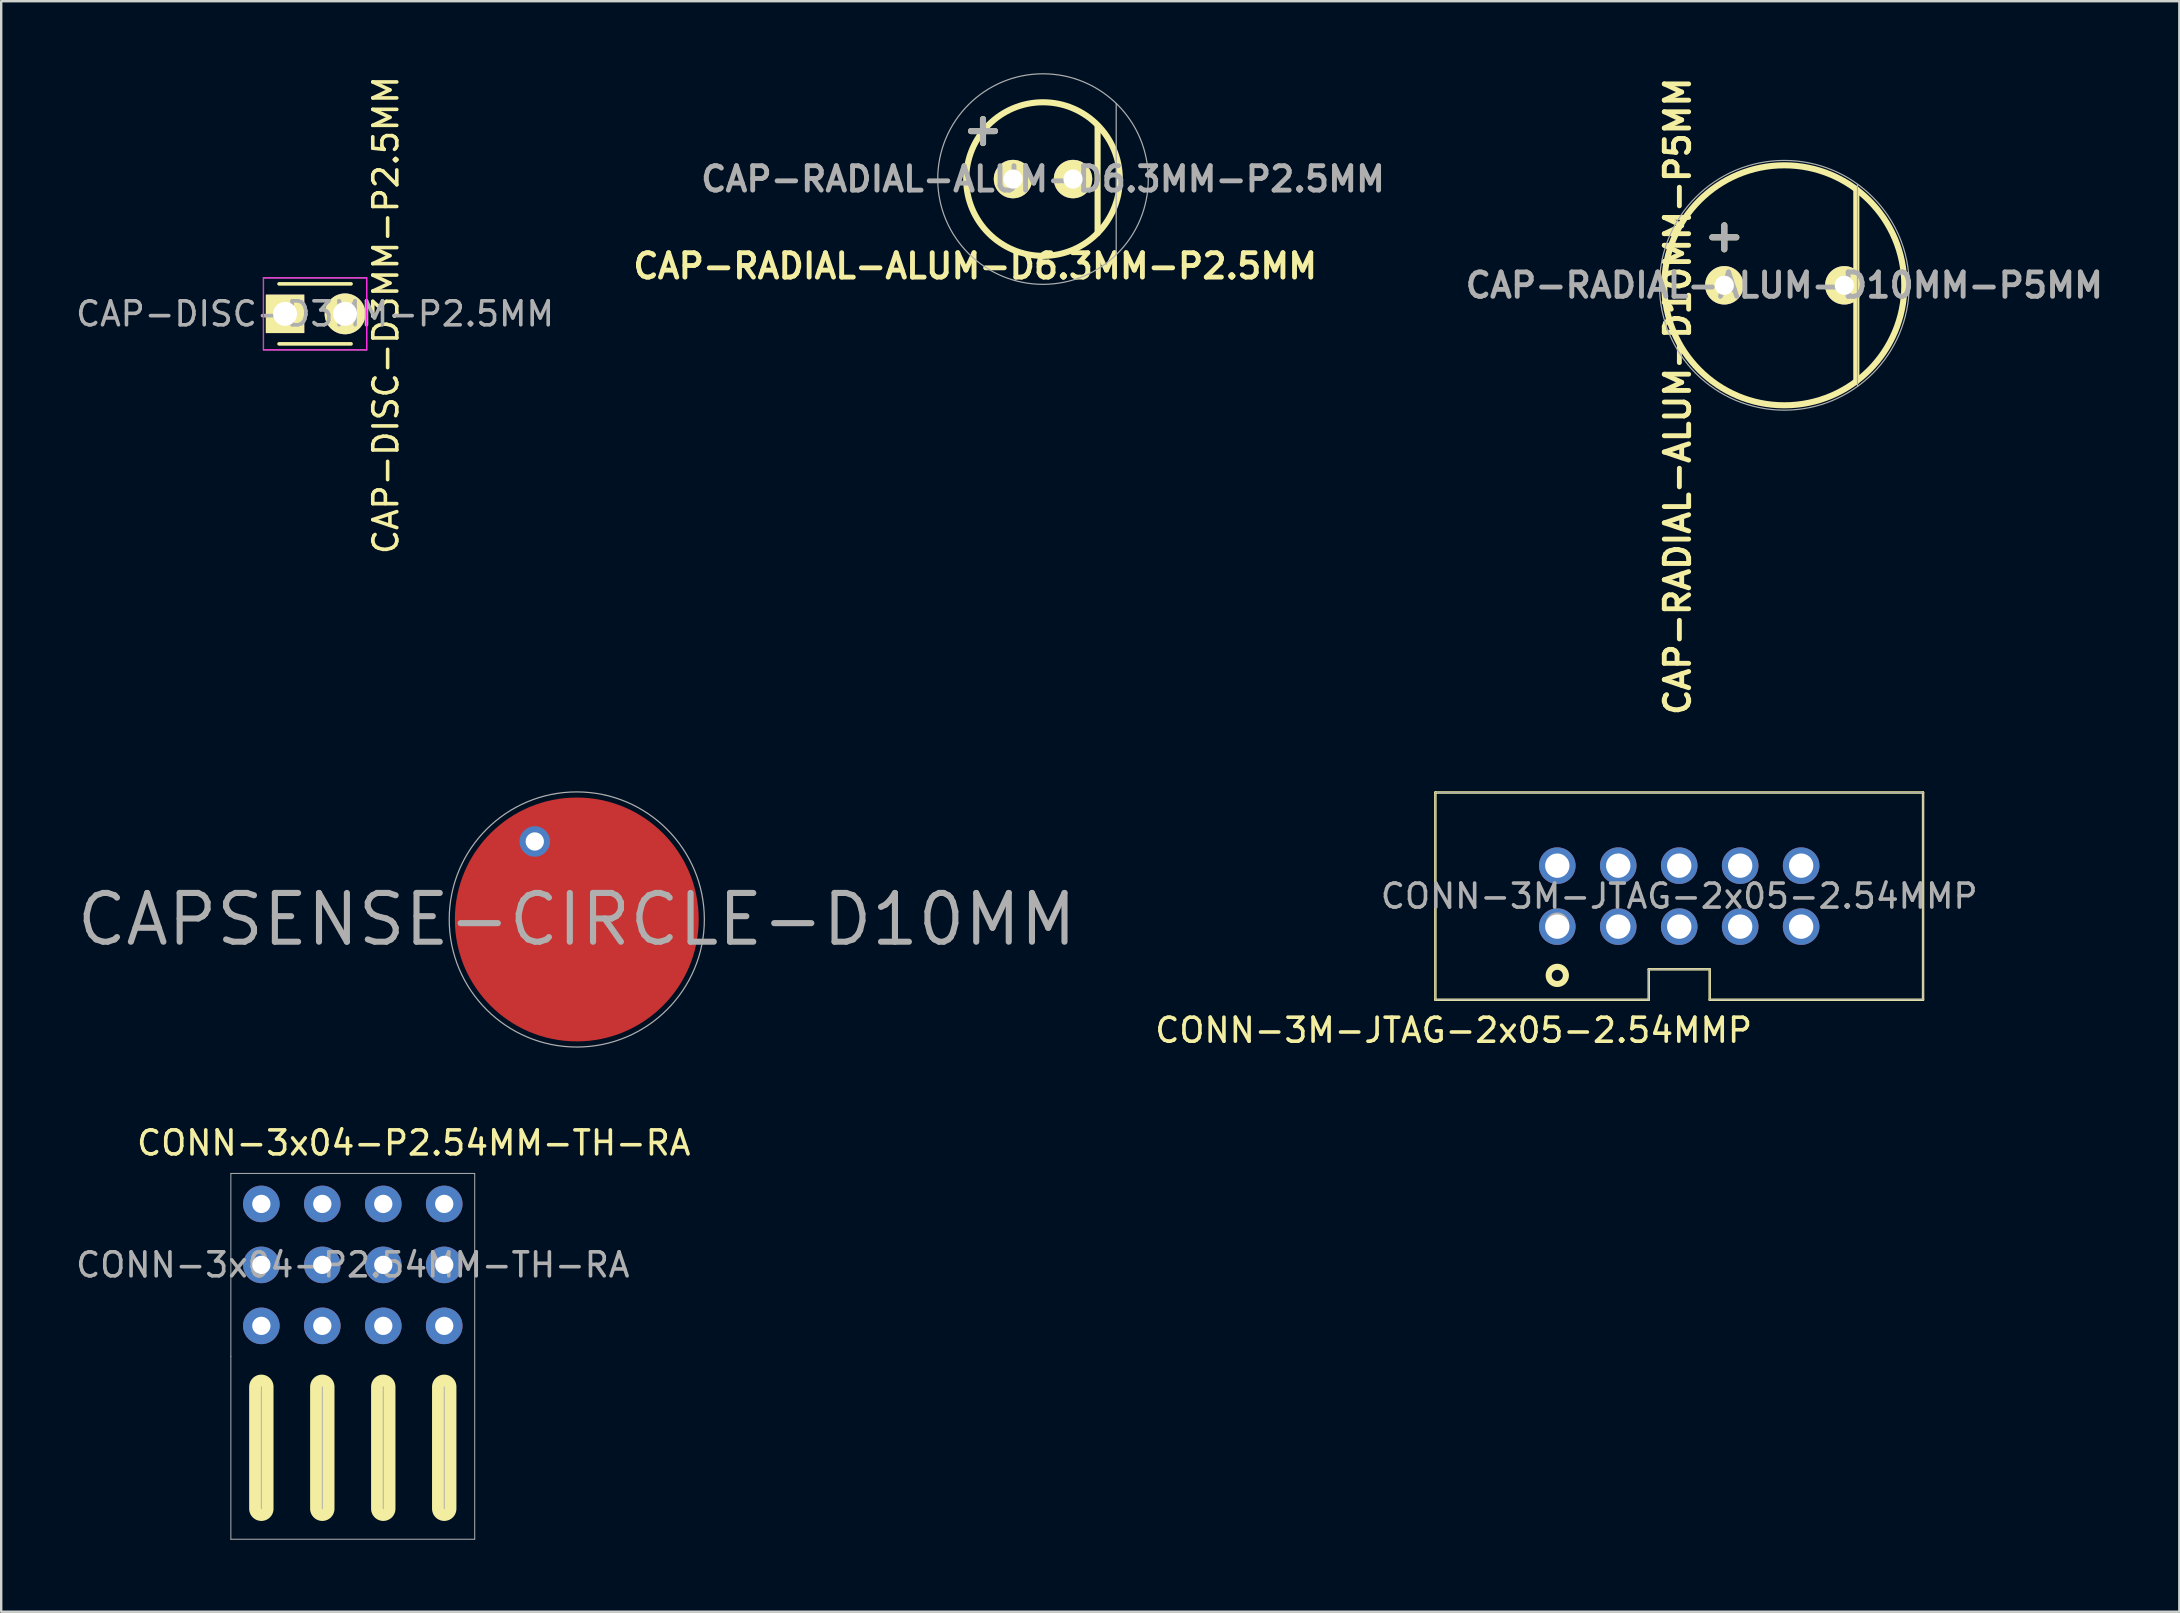
<source format=kicad_pcb>
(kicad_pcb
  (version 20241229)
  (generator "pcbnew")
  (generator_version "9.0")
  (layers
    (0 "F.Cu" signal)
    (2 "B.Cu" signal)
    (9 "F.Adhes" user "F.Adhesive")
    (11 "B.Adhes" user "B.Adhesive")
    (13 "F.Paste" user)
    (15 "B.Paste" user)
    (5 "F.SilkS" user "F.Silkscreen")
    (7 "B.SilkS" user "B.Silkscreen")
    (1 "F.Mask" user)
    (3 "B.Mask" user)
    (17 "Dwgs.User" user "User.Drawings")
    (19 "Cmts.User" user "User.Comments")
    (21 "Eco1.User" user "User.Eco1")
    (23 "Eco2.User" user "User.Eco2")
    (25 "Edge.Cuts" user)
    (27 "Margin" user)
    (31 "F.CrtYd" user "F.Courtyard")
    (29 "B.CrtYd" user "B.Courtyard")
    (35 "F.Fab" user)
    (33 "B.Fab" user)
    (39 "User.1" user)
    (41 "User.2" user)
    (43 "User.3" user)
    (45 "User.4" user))
  (footprint "CONN-3x04-P2.54MM-TH-RA"
    (layer "F.Cu")
    (at 11.649 49.652)
    (property "Reference" "CONN-3x04-P2.54MM-TH-RA" (at 0 0 0) (layer "F.Fab") (effects (font (size 1 1) (thickness 0.15))))
    (attr smd)
    (fp_line (start -3.81 5.08) (end -3.81 10.16) (stroke (width 1.016) (type solid)) (layer "F.SilkS"))
    (fp_line (start -1.27 5.08) (end -1.27 10.16) (stroke (width 1.016) (type solid)) (layer "F.SilkS"))
    (fp_line (start 1.27 5.08) (end 1.27 10.16) (stroke (width 1.016) (type solid)) (layer "F.SilkS"))
    (fp_line (start 3.81 5.08) (end 3.81 10.16) (stroke (width 1.016) (type solid)) (layer "F.SilkS"))
    (fp_line (start -5.08 -3.81) (end -5.08 3.81) (stroke (width 0.041) (type solid)) (layer "F.Fab"))
    (fp_line (start -5.08 3.81) (end -5.08 11.43) (stroke (width 0.041) (type solid)) (layer "F.Fab"))
    (fp_line (start -5.08 11.43) (end 5.08 11.43) (stroke (width 0.041) (type solid)) (layer "F.Fab"))
    (fp_line (start -3.81 5.08) (end -3.81 10.16) (stroke (width 0.041) (type solid)) (layer "F.Fab"))
    (fp_line (start -1.27 10.16) (end -1.27 5.08) (stroke (width 0.041) (type solid)) (layer "F.Fab"))
    (fp_line (start 1.27 5.08) (end 1.27 10.16) (stroke (width 0.041) (type solid)) (layer "F.Fab"))
    (fp_line (start 3.81 5.08) (end 3.81 10.16) (stroke (width 0.041) (type solid)) (layer "F.Fab"))
    (fp_line (start 5.08 -3.81) (end -5.08 -3.81) (stroke (width 0.041) (type solid)) (layer "F.Fab"))
    (fp_line (start 5.08 11.43) (end 5.08 -3.81) (stroke (width 0.041) (type solid)) (layer "F.Fab"))
    (fp_text user "${REFERENCE}" (at 2.54 -5.08 0) (layer "F.SilkS") (effects (font (size 1 1) (thickness 0.15))))
    (pad "1" thru_hole circle (at 3.81 -2.54) (size 1.524 1.524) (drill 0.762) (layers "*.Cu" "*.Mask"))
    (pad "2" thru_hole circle (at 1.27 -2.54) (size 1.524 1.524) (drill 0.762) (layers "*.Cu" "*.Mask"))
    (pad "3" thru_hole circle (at -1.27 -2.54) (size 1.524 1.524) (drill 0.762) (layers "*.Cu" "*.Mask"))
    (pad "4" thru_hole circle (at -3.81 -2.54) (size 1.524 1.524) (drill 0.762) (layers "*.Cu" "*.Mask"))
    (pad "5" thru_hole circle (at -3.81 0) (size 1.524 1.524) (drill 0.762) (layers "*.Cu" "*.Mask"))
    (pad "6" thru_hole circle (at -1.27 0) (size 1.524 1.524) (drill 0.762) (layers "*.Cu" "*.Mask"))
    (pad "7" thru_hole circle (at 1.27 0) (size 1.524 1.524) (drill 0.762) (layers "*.Cu" "*.Mask"))
    (pad "8" thru_hole circle (at 3.81 0) (size 1.524 1.524) (drill 0.762) (layers "*.Cu" "*.Mask"))
    (pad "9" thru_hole circle (at 3.81 2.54) (size 1.524 1.524) (drill 0.762) (layers "*.Cu" "*.Mask"))
    (pad "10" thru_hole circle (at 1.27 2.54) (size 1.524 1.524) (drill 0.762) (layers "*.Cu" "*.Mask"))
    (pad "11" thru_hole circle (at -1.27 2.54) (size 1.524 1.524) (drill 0.762) (layers "*.Cu" "*.Mask"))
    (pad "12" thru_hole circle (at -3.81 2.54) (size 1.524 1.524) (drill 0.762) (layers "*.Cu" "*.Mask")))
  (footprint "CONN-3M-JTAG-2x05-2.54MMP"
    (layer "F.Cu")
    (at 66.915 34.288)
    (property "Reference" "CONN-3M-JTAG-2x05-2.54MMP" (at 0 0 0) (layer "F.Fab") (effects (font (size 1 1) (thickness 0.15))))
    (attr smd)
    (fp_line (start -10.16 4.318) (end -10.16 -4.318) (stroke (width 0.102) (type solid)) (layer "F.SilkS"))
    (fp_line (start -10.16 4.318) (end -1.27 4.318) (stroke (width 0.102) (type solid)) (layer "F.SilkS"))
    (fp_line (start -1.27 3.048) (end 1.27 3.048) (stroke (width 0.102) (type solid)) (layer "F.SilkS"))
    (fp_line (start -1.27 4.318) (end -1.27 3.048) (stroke (width 0.102) (type solid)) (layer "F.SilkS"))
    (fp_line (start 1.27 3.048) (end 1.27 4.318) (stroke (width 0.102) (type solid)) (layer "F.SilkS"))
    (fp_line (start 1.27 4.318) (end 10.16 4.318) (stroke (width 0.102) (type solid)) (layer "F.SilkS"))
    (fp_line (start 10.16 -4.318) (end -10.16 -4.318) (stroke (width 0.102) (type solid)) (layer "F.SilkS"))
    (fp_line (start 10.16 4.318) (end 10.16 -4.318) (stroke (width 0.102) (type solid)) (layer "F.SilkS"))
    (fp_circle (center -5.08 3.302) (end -4.826 3.556) (stroke (width 0.254) (type solid)) (fill no) (layer "F.SilkS"))
    (fp_line (start -10.16 -4.318) (end -10.16 4.318) (stroke (width 0.041) (type solid)) (layer "F.Fab"))
    (fp_line (start -10.16 4.318) (end -1.27 4.318) (stroke (width 0.041) (type solid)) (layer "F.Fab"))
    (fp_line (start -1.27 3.048) (end 1.27 3.048) (stroke (width 0.041) (type solid)) (layer "F.Fab"))
    (fp_line (start -1.27 4.318) (end -1.27 3.048) (stroke (width 0.041) (type solid)) (layer "F.Fab"))
    (fp_line (start 1.27 3.048) (end 1.27 4.318) (stroke (width 0.041) (type solid)) (layer "F.Fab"))
    (fp_line (start 1.27 4.318) (end 10.16 4.318) (stroke (width 0.041) (type solid)) (layer "F.Fab"))
    (fp_line (start 10.16 -4.318) (end -10.16 -4.318) (stroke (width 0.041) (type solid)) (layer "F.Fab"))
    (fp_line (start 10.16 -4.064) (end 10.16 -4.318) (stroke (width 0.041) (type solid)) (layer "F.Fab"))
    (fp_line (start 10.16 4.318) (end 10.16 -4.064) (stroke (width 0.041) (type solid)) (layer "F.Fab"))
    (fp_circle (center -5.08 1.165) (end -4.826 1.419) (stroke (width 0.254) (type solid)) (fill no) (layer "F.Fab"))
    (fp_text user "${REFERENCE}" (at -9.398 5.588 180) (layer "F.SilkS") (effects (font (size 1 1) (thickness 0.15))))
    (pad "1" thru_hole circle (at -5.08 1.27) (size 1.524 1.524) (drill 1.016) (layers "*.Cu" "*.Mask"))
    (pad "2" thru_hole circle (at -5.08 -1.27) (size 1.524 1.524) (drill 1.016) (layers "*.Cu" "*.Mask"))
    (pad "3" thru_hole circle (at -2.54 1.27) (size 1.524 1.524) (drill 1.016) (layers "*.Cu" "*.Mask"))
    (pad "4" thru_hole circle (at -2.54 -1.27) (size 1.524 1.524) (drill 1.016) (layers "*.Cu" "*.Mask"))
    (pad "5" thru_hole circle (at 0 1.27) (size 1.524 1.524) (drill 1.016) (layers "*.Cu" "*.Mask"))
    (pad "6" thru_hole circle (at 0 -1.27) (size 1.524 1.524) (drill 1.016) (layers "*.Cu" "*.Mask"))
    (pad "7" thru_hole circle (at 2.54 1.27) (size 1.524 1.524) (drill 1.016) (layers "*.Cu" "*.Mask"))
    (pad "8" thru_hole circle (at 2.54 -1.27) (size 1.524 1.524) (drill 1.016) (layers "*.Cu" "*.Mask"))
    (pad "9" thru_hole circle (at 5.08 1.27) (size 1.524 1.524) (drill 1.016) (layers "*.Cu" "*.Mask"))
    (pad "10" thru_hole circle (at 5.08 -1.27) (size 1.524 1.524) (drill 1.016) (layers "*.Cu" "*.Mask")))
  (footprint "CAPSENSE-CIRCLE-D10MM"
    (layer "F.Cu")
    (at 20.982 35.26)
    (property "Reference" "CAPSENSE-CIRCLE-D10MM" (at 0 0 0) (layer "F.Fab") (effects (font (size 2.032 2.032) (thickness 0.254))))
    (attr exclude_from_pos_files exclude_from_bom)
    (fp_circle (center 0 0) (end 4 3.5) (stroke (width 0.051) (type solid)) (fill no) (layer "F.Fab"))
    (pad "1" smd circle (at 0 0) (size 10.16 10.16) (layers "F.Cu"))
    (pad "2" thru_hole circle (at -1.75 -3.25) (size 1.27 1.27) (drill 0.762) (layers "*.Cu")))
  (footprint "CAP-RADIAL-ALUM-D6.3MM-P2.5MM"
    (layer "F.Cu")
    (at 40.407 4.411)
    (property "Reference" "CAP-RADIAL-ALUM-D6.3MM-P2.5MM" (at 0 0 0) (layer "F.Fab") (effects (font (size 1.016 1.016) (thickness 0.203))))
    (attr smd)
    (fp_line (start -3 -2) (end -2 -2) (stroke (width 0.254) (type solid)) (layer "F.SilkS"))
    (fp_line (start -2.5 -1.5) (end -2.5 -2.5) (stroke (width 0.254) (type solid)) (layer "F.SilkS"))
    (fp_line (start 2.275 -2.2) (end 2.275 2.25) (stroke (width 0.254) (type solid)) (layer "F.SilkS"))
    (fp_circle (center 0 0) (end 3.2 0) (stroke (width 0.254) (type solid)) (fill no) (layer "F.SilkS"))
    (fp_line (start -3 -2) (end -2 -2) (stroke (width 0.254) (type solid)) (layer "F.Fab"))
    (fp_line (start -2.5 -1.5) (end -2.5 -2.5) (stroke (width 0.254) (type solid)) (layer "F.Fab"))
    (fp_line (start 3.05 -3.15) (end 3.05 3.15) (stroke (width 0.05) (type solid)) (layer "F.Fab"))
    (fp_circle (center 0 0) (end 3.2 3) (stroke (width 0.05) (type solid)) (fill no) (layer "F.Fab"))
    (fp_text user "${REFERENCE}" (at -2.825 3.625 0) (layer "F.SilkS") (effects (font (size 1.016 1.016) (thickness 0.203))))
    (pad "1" thru_hole circle (at -1.25 0) (size 1.6 1.6) (drill 0.8) (layers "*.Cu" "*.Mask" "F.SilkS"))
    (pad "2" thru_hole circle (at 1.25 0) (size 1.6 1.6) (drill 0.8) (layers "*.Cu" "*.Mask" "F.SilkS")))
  (footprint "CAP-DISC-D3MM-P2.5MM"
    (layer "F.Cu")
    (at 8.827 10.027)
    (property "Reference" "CAP-DISC-D3MM-P2.5MM" (at 1.25 0 180) (layer "F.Fab") (effects (font (size 1 1) (thickness 0.15))))
    (attr smd)
    (fp_line (start -0.25 -1.25) (end 2.75 -1.25) (stroke (width 0.15) (type solid)) (layer "F.SilkS"))
    (fp_line (start 2.75 1.25) (end -0.25 1.25) (stroke (width 0.15) (type solid)) (layer "F.SilkS"))
    (fp_line (start -0.9 -1.5) (end 3.4 -1.5) (stroke (width 0.05) (type solid)) (layer "F.CrtYd"))
    (fp_line (start -0.9 1.5) (end -0.9 -1.5) (stroke (width 0.05) (type solid)) (layer "F.CrtYd"))
    (fp_line (start 3.4 -1.5) (end 3.4 1.5) (stroke (width 0.05) (type solid)) (layer "F.CrtYd"))
    (fp_line (start 3.4 1.5) (end -0.9 1.5) (stroke (width 0.05) (type solid)) (layer "F.CrtYd"))
    (fp_line (start -0.9 -1.5) (end 3.4 -1.5) (stroke (width 0.05) (type solid)) (layer "F.Fab"))
    (fp_line (start -0.9 1.5) (end -0.9 -1.5) (stroke (width 0.05) (type solid)) (layer "F.Fab"))
    (fp_line (start 3.4 -1.5) (end 3.4 1.5) (stroke (width 0.05) (type solid)) (layer "F.Fab"))
    (fp_line (start 3.4 1.5) (end -0.9 1.5) (stroke (width 0.05) (type solid)) (layer "F.Fab"))
    (fp_text user "${REFERENCE}" (at 4.2 0.05 90) (layer "F.SilkS") (effects (font (size 1 1) (thickness 0.15))))
    (pad "1" thru_hole rect (at 0 0) (size 1.6 1.6) (drill 1) (layers "*.Cu" "*.Mask" "F.SilkS"))
    (pad "2" thru_hole circle (at 2.5 0) (size 1.7 1.7) (drill 1) (layers "*.Cu" "*.Mask" "F.SilkS")))
  (footprint "CAP-RADIAL-ALUM-D10MM-P5MM"
    (layer "F.Cu")
    (at 71.294 8.837)
    (property "Reference" "CAP-RADIAL-ALUM-D10MM-P5MM" (at 0 0 0) (layer "F.Fab") (effects (font (size 1.016 1.016) (thickness 0.203))))
    (attr smd)
    (fp_line (start -3 -2) (end -2 -2) (stroke (width 0.254) (type solid)) (layer "F.SilkS"))
    (fp_line (start -2.5 -1.5) (end -2.5 -2.5) (stroke (width 0.254) (type solid)) (layer "F.SilkS"))
    (fp_line (start 3 -4) (end 3 4) (stroke (width 0.254) (type solid)) (layer "F.SilkS"))
    (fp_circle (center 0 0) (end 5 0) (stroke (width 0.254) (type solid)) (fill no) (layer "F.SilkS"))
    (fp_line (start -3 -2) (end -2 -2) (stroke (width 0.254) (type solid)) (layer "F.Fab"))
    (fp_line (start -2.5 -1.5) (end -2.5 -2.5) (stroke (width 0.254) (type solid)) (layer "F.Fab"))
    (fp_line (start 3.048 -4.191) (end 3.048 4.191) (stroke (width 0.05) (type solid)) (layer "F.Fab"))
    (fp_circle (center 0 0) (end 4.25 3) (stroke (width 0.05) (type solid)) (fill no) (layer "F.Fab"))
    (fp_text user "${REFERENCE}" (at -4.445 4.623 270) (layer "F.SilkS") (effects (font (size 1.016 1.016) (thickness 0.203))))
    (pad "1" thru_hole circle (at -2.5 0) (size 1.6 1.6) (drill 0.8) (layers "*.Cu" "*.Mask" "F.SilkS"))
    (pad "2" thru_hole circle (at 2.5 0) (size 1.6 1.6) (drill 0.8) (layers "*.Cu" "*.Mask" "F.SilkS")))
  (gr_rect
    (start -3 -3)
    (end 87.753 64.103)
    (stroke (width 0.1) (type default))
    (fill no)
    (layer "Edge.Cuts")))
</source>
